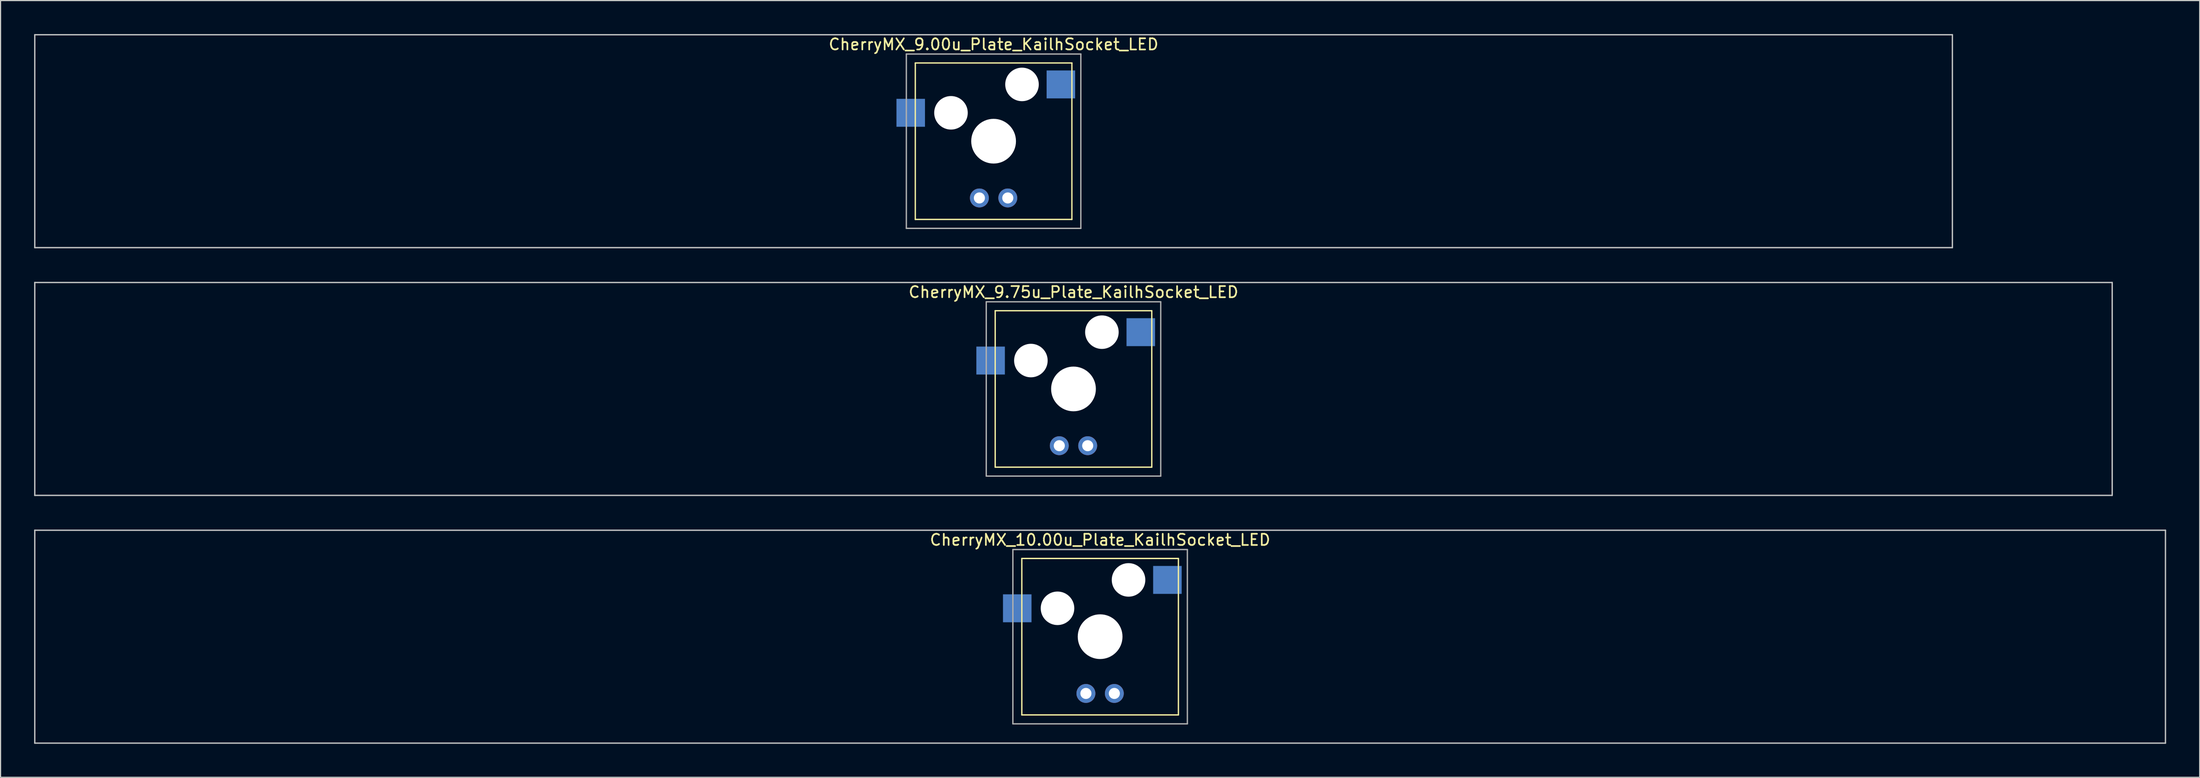
<source format=kicad_pcb>
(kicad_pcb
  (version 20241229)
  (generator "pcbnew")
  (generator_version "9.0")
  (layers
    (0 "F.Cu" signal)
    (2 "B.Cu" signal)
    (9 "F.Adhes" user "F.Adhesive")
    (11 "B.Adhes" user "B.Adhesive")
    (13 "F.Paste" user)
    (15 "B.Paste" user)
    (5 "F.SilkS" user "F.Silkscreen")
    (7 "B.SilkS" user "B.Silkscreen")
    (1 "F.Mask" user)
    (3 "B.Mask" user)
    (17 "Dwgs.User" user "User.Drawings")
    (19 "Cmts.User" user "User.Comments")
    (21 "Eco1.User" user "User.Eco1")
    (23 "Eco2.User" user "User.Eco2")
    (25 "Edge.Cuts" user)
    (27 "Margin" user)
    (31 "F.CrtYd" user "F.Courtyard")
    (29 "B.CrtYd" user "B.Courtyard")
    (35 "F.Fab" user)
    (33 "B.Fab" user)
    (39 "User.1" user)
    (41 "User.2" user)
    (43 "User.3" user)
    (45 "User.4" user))
  (footprint "CherryMX_9.00u_Plate_KailhSocket_LED"
    (layer "F.Cu")
    (at 85.785 9.585)
    (property "Reference" "CherryMX_9.00u_Plate_KailhSocket_LED" (at 0 -8.662 0) (layer "F.SilkS") (effects (font (size 1 1) (thickness 0.15))))
    (attr through_hole)
    (fp_line (start -7 -7) (end -7 7) (stroke (width 0.12) (type solid)) (layer "F.SilkS"))
    (fp_line (start -7 -7) (end 7 -7) (stroke (width 0.12) (type solid)) (layer "F.SilkS"))
    (fp_line (start 7 -7) (end 7 7) (stroke (width 0.12) (type solid)) (layer "F.SilkS"))
    (fp_line (start 7 7) (end -7 7) (stroke (width 0.12) (type solid)) (layer "F.SilkS"))
    (fp_line (start -85.725 -9.525) (end 85.725 -9.525) (stroke (width 0.12) (type solid)) (layer "Dwgs.User"))
    (fp_line (start -85.725 9.525) (end -85.725 -9.525) (stroke (width 0.12) (type solid)) (layer "Dwgs.User"))
    (fp_line (start 85.725 -9.525) (end 85.725 9.525) (stroke (width 0.12) (type solid)) (layer "Dwgs.User"))
    (fp_line (start 85.725 9.525) (end -85.725 9.525) (stroke (width 0.12) (type solid)) (layer "Dwgs.User"))
    (fp_line (start -7.8 -7.8) (end -7.8 7.8) (stroke (width 0.12) (type solid)) (layer "F.Fab"))
    (fp_line (start -7.8 -7.8) (end 7.8 -7.8) (stroke (width 0.12) (type solid)) (layer "F.Fab"))
    (fp_line (start -7.8 7.8) (end 7.8 7.8) (stroke (width 0.12) (type solid)) (layer "F.Fab"))
    (fp_line (start 7.8 -7.8) (end 7.8 7.8) (stroke (width 0.12) (type solid)) (layer "F.Fab"))
    (pad "" np_thru_hole circle (at -3.81 -2.54) (size 3 3) (drill 3) (layers "*.Cu" "*.Mask"))
    (pad "" np_thru_hole circle (at 0 0) (size 4 4) (drill 4) (layers "*.Cu" "*.Mask"))
    (pad "" np_thru_hole circle (at 2.54 -5.08) (size 3 3) (drill 3) (layers "*.Cu" "*.Mask"))
    (pad "1" smd rect (at -7.41 -2.54) (size 2.55 2.5) (layers "B.Cu" "B.Mask" "B.Paste"))
    (pad "2" smd rect (at 6.015 -5.08) (size 2.55 2.5) (layers "B.Cu" "B.Mask" "B.Paste"))
    (pad "3" thru_hole circle (at -1.27 5.08) (size 1.691 1.691) (drill 0.991) (layers "*.Cu" "*.Mask"))
    (pad "4" thru_hole circle (at 1.27 5.08) (size 1.691 1.691) (drill 0.991) (layers "*.Cu" "*.Mask")))
  (footprint "CherryMX_9.75u_Plate_KailhSocket_LED"
    (layer "F.Cu")
    (at 92.929 31.755)
    (property "Reference" "CherryMX_9.75u_Plate_KailhSocket_LED" (at 0 -8.662 0) (layer "F.SilkS") (effects (font (size 1 1) (thickness 0.15))))
    (attr through_hole)
    (fp_line (start -7 -7) (end -7 7) (stroke (width 0.12) (type solid)) (layer "F.SilkS"))
    (fp_line (start -7 -7) (end 7 -7) (stroke (width 0.12) (type solid)) (layer "F.SilkS"))
    (fp_line (start 7 -7) (end 7 7) (stroke (width 0.12) (type solid)) (layer "F.SilkS"))
    (fp_line (start 7 7) (end -7 7) (stroke (width 0.12) (type solid)) (layer "F.SilkS"))
    (fp_line (start -92.869 -9.525) (end 92.869 -9.525) (stroke (width 0.12) (type solid)) (layer "Dwgs.User"))
    (fp_line (start -92.869 9.525) (end -92.869 -9.525) (stroke (width 0.12) (type solid)) (layer "Dwgs.User"))
    (fp_line (start 92.869 -9.525) (end 92.869 9.525) (stroke (width 0.12) (type solid)) (layer "Dwgs.User"))
    (fp_line (start 92.869 9.525) (end -92.869 9.525) (stroke (width 0.12) (type solid)) (layer "Dwgs.User"))
    (fp_line (start -7.8 -7.8) (end -7.8 7.8) (stroke (width 0.12) (type solid)) (layer "F.Fab"))
    (fp_line (start -7.8 -7.8) (end 7.8 -7.8) (stroke (width 0.12) (type solid)) (layer "F.Fab"))
    (fp_line (start -7.8 7.8) (end 7.8 7.8) (stroke (width 0.12) (type solid)) (layer "F.Fab"))
    (fp_line (start 7.8 -7.8) (end 7.8 7.8) (stroke (width 0.12) (type solid)) (layer "F.Fab"))
    (pad "" np_thru_hole circle (at -3.81 -2.54) (size 3 3) (drill 3) (layers "*.Cu" "*.Mask"))
    (pad "" np_thru_hole circle (at 0 0) (size 4 4) (drill 4) (layers "*.Cu" "*.Mask"))
    (pad "" np_thru_hole circle (at 2.54 -5.08) (size 3 3) (drill 3) (layers "*.Cu" "*.Mask"))
    (pad "1" smd rect (at -7.41 -2.54) (size 2.55 2.5) (layers "B.Cu" "B.Mask" "B.Paste"))
    (pad "2" smd rect (at 6.015 -5.08) (size 2.55 2.5) (layers "B.Cu" "B.Mask" "B.Paste"))
    (pad "3" thru_hole circle (at -1.27 5.08) (size 1.691 1.691) (drill 0.991) (layers "*.Cu" "*.Mask"))
    (pad "4" thru_hole circle (at 1.27 5.08) (size 1.691 1.691) (drill 0.991) (layers "*.Cu" "*.Mask")))
  (footprint "CherryMX_10.00u_Plate_KailhSocket_LED"
    (layer "F.Cu")
    (at 95.31 53.925)
    (property "Reference" "CherryMX_10.00u_Plate_KailhSocket_LED" (at 0 -8.662 0) (layer "F.SilkS") (effects (font (size 1 1) (thickness 0.15))))
    (attr through_hole)
    (fp_line (start -7 -7) (end -7 7) (stroke (width 0.12) (type solid)) (layer "F.SilkS"))
    (fp_line (start -7 -7) (end 7 -7) (stroke (width 0.12) (type solid)) (layer "F.SilkS"))
    (fp_line (start 7 -7) (end 7 7) (stroke (width 0.12) (type solid)) (layer "F.SilkS"))
    (fp_line (start 7 7) (end -7 7) (stroke (width 0.12) (type solid)) (layer "F.SilkS"))
    (fp_line (start -95.25 -9.525) (end 95.25 -9.525) (stroke (width 0.12) (type solid)) (layer "Dwgs.User"))
    (fp_line (start -95.25 9.525) (end -95.25 -9.525) (stroke (width 0.12) (type solid)) (layer "Dwgs.User"))
    (fp_line (start 95.25 -9.525) (end 95.25 9.525) (stroke (width 0.12) (type solid)) (layer "Dwgs.User"))
    (fp_line (start 95.25 9.525) (end -95.25 9.525) (stroke (width 0.12) (type solid)) (layer "Dwgs.User"))
    (fp_line (start -7.8 -7.8) (end -7.8 7.8) (stroke (width 0.12) (type solid)) (layer "F.Fab"))
    (fp_line (start -7.8 -7.8) (end 7.8 -7.8) (stroke (width 0.12) (type solid)) (layer "F.Fab"))
    (fp_line (start -7.8 7.8) (end 7.8 7.8) (stroke (width 0.12) (type solid)) (layer "F.Fab"))
    (fp_line (start 7.8 -7.8) (end 7.8 7.8) (stroke (width 0.12) (type solid)) (layer "F.Fab"))
    (pad "" np_thru_hole circle (at -3.81 -2.54) (size 3 3) (drill 3) (layers "*.Cu" "*.Mask"))
    (pad "" np_thru_hole circle (at 0 0) (size 4 4) (drill 4) (layers "*.Cu" "*.Mask"))
    (pad "" np_thru_hole circle (at 2.54 -5.08) (size 3 3) (drill 3) (layers "*.Cu" "*.Mask"))
    (pad "1" smd rect (at -7.41 -2.54) (size 2.55 2.5) (layers "B.Cu" "B.Mask" "B.Paste"))
    (pad "2" smd rect (at 6.015 -5.08) (size 2.55 2.5) (layers "B.Cu" "B.Mask" "B.Paste"))
    (pad "3" thru_hole circle (at -1.27 5.08) (size 1.691 1.691) (drill 0.991) (layers "*.Cu" "*.Mask"))
    (pad "4" thru_hole circle (at 1.27 5.08) (size 1.691 1.691) (drill 0.991) (layers "*.Cu" "*.Mask")))
  (gr_rect
    (start -3 -3)
    (end 193.62 66.51)
    (stroke (width 0.1) (type default))
    (fill no)
    (layer "Edge.Cuts")))
</source>
